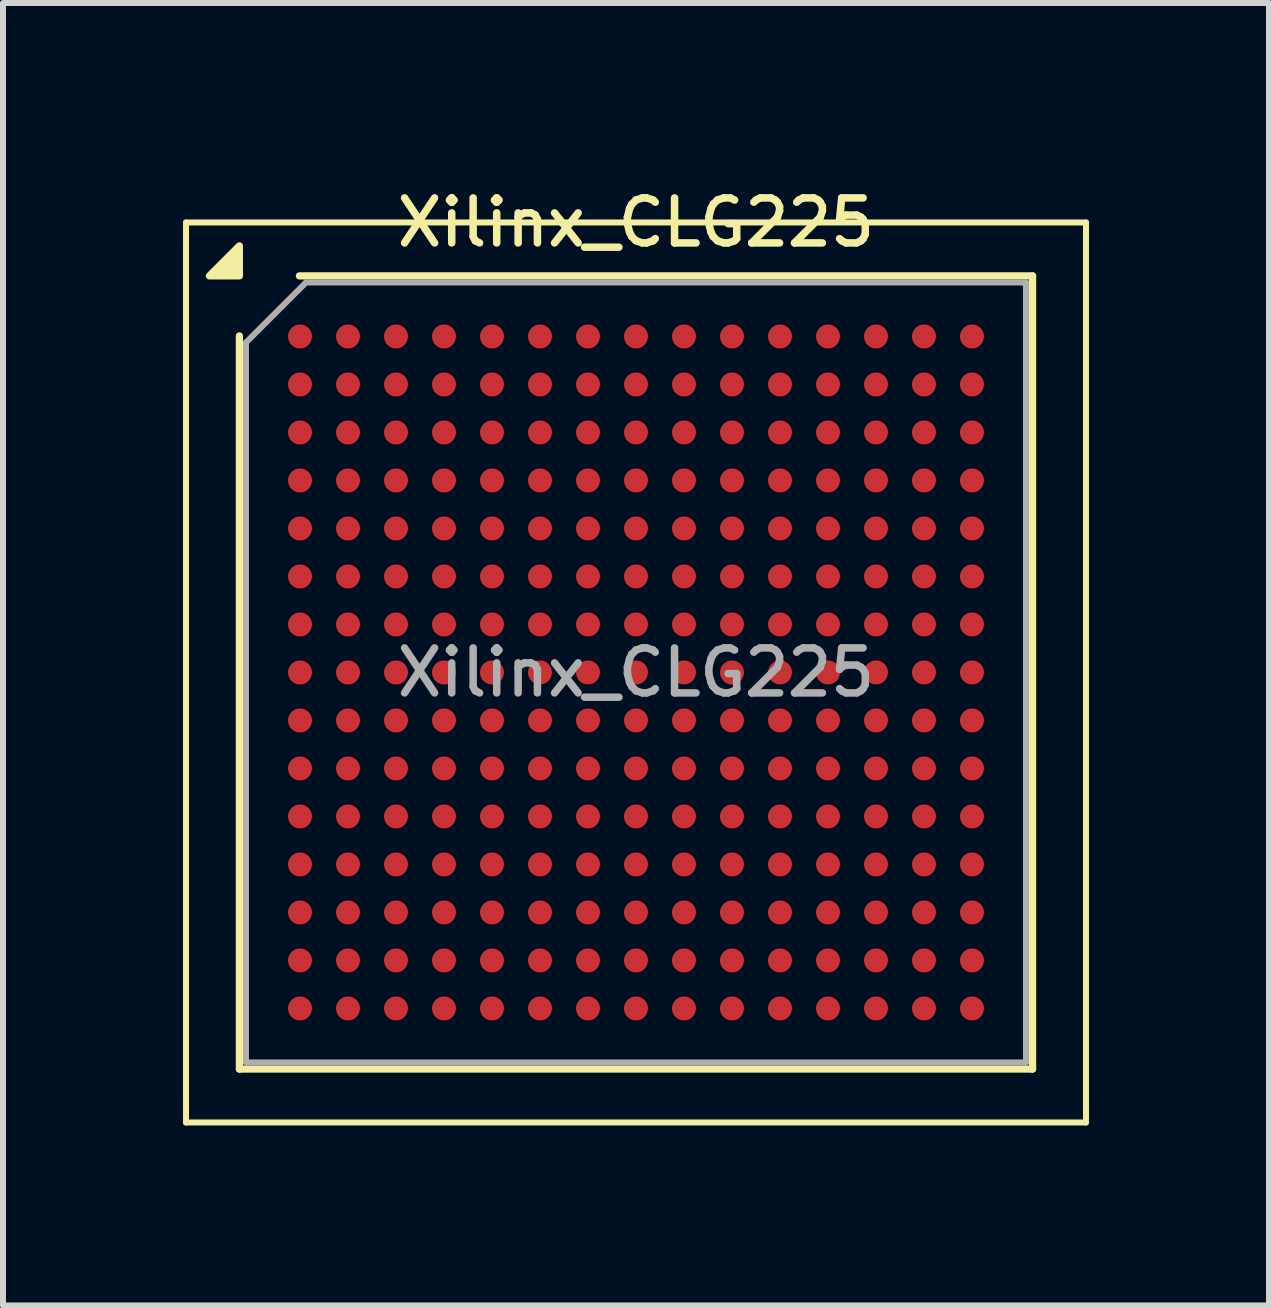
<source format=kicad_pcb>
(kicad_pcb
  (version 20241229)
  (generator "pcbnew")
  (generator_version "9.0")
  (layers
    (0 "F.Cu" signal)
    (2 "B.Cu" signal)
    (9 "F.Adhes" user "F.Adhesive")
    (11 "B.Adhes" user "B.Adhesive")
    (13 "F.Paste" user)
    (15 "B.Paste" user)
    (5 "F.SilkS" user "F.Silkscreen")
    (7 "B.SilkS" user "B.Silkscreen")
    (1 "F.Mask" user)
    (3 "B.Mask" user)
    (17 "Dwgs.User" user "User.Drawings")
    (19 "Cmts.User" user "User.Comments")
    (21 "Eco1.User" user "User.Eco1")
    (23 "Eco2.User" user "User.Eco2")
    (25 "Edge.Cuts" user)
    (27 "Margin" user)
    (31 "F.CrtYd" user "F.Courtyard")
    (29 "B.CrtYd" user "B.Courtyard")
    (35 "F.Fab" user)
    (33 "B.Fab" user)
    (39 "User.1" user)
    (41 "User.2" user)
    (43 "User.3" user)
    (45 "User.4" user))
  (footprint "Xilinx_CLG225"
    (layer "F.Cu")
    (at 7.55 8.158)
    (property "Reference" "Xilinx_CLG225" (at 0 -7.5 0) (layer "F.SilkS") (effects (font (size 0.75 0.75) (thickness 0.125))))
    (attr smd)
    (fp_line (start -7.5 -7.5) (end -7.5 7.5) (stroke (width 0.1) (type solid)) (layer "F.SilkS"))
    (fp_line (start -7.5 7.5) (end 7.5 7.5) (stroke (width 0.1) (type solid)) (layer "F.SilkS"))
    (fp_line (start -6.61 6.61) (end -6.61 -5.61) (stroke (width 0.12) (type solid)) (layer "F.SilkS"))
    (fp_line (start -5.61 -6.61) (end 6.61 -6.61) (stroke (width 0.12) (type solid)) (layer "F.SilkS"))
    (fp_line (start 6.61 -6.61) (end 6.61 6.61) (stroke (width 0.12) (type solid)) (layer "F.SilkS"))
    (fp_line (start 6.61 6.61) (end -6.61 6.61) (stroke (width 0.12) (type solid)) (layer "F.SilkS"))
    (fp_line (start 7.5 -7.5) (end -7.5 -7.5) (stroke (width 0.1) (type solid)) (layer "F.SilkS"))
    (fp_line (start 7.5 7.5) (end 7.5 -7.5) (stroke (width 0.1) (type solid)) (layer "F.SilkS"))
    (fp_poly (pts (xy -6.61 -6.61) (xy -7.11 -6.61) (xy -6.61 -7.11) (xy -6.61 -6.61)) (stroke (width 0.12) (type solid)) (fill yes) (layer "F.SilkS"))
    (fp_line (start -6.5 -5.5) (end -5.5 -6.5) (stroke (width 0.1) (type solid)) (layer "F.Fab"))
    (fp_line (start -6.5 6.5) (end -6.5 -5.5) (stroke (width 0.1) (type solid)) (layer "F.Fab"))
    (fp_line (start -5.5 -6.5) (end 6.5 -6.5) (stroke (width 0.1) (type solid)) (layer "F.Fab"))
    (fp_line (start 6.5 -6.5) (end 6.5 6.5) (stroke (width 0.1) (type solid)) (layer "F.Fab"))
    (fp_line (start 6.5 6.5) (end -6.5 6.5) (stroke (width 0.1) (type solid)) (layer "F.Fab"))
    (fp_text user "${REFERENCE}" (at 0 0 0) (layer "F.Fab") (effects (font (size 0.75 0.75) (thickness 0.125))))
    (pad "A1" smd circle (at -5.6 -5.6) (size 0.4 0.4) (property pad_prop_bga) (layers "F.Cu" "F.Mask" "F.Paste"))
    (pad "A2" smd circle (at -4.8 -5.6) (size 0.4 0.4) (property pad_prop_bga) (layers "F.Cu" "F.Mask" "F.Paste"))
    (pad "A3" smd circle (at -4 -5.6) (size 0.4 0.4) (property pad_prop_bga) (layers "F.Cu" "F.Mask" "F.Paste"))
    (pad "A4" smd circle (at -3.2 -5.6) (size 0.4 0.4) (property pad_prop_bga) (layers "F.Cu" "F.Mask" "F.Paste"))
    (pad "A5" smd circle (at -2.4 -5.6) (size 0.4 0.4) (property pad_prop_bga) (layers "F.Cu" "F.Mask" "F.Paste"))
    (pad "A6" smd circle (at -1.6 -5.6) (size 0.4 0.4) (property pad_prop_bga) (layers "F.Cu" "F.Mask" "F.Paste"))
    (pad "A7" smd circle (at -0.8 -5.6) (size 0.4 0.4) (property pad_prop_bga) (layers "F.Cu" "F.Mask" "F.Paste"))
    (pad "A8" smd circle (at 0 -5.6) (size 0.4 0.4) (property pad_prop_bga) (layers "F.Cu" "F.Mask" "F.Paste"))
    (pad "A9" smd circle (at 0.8 -5.6) (size 0.4 0.4) (property pad_prop_bga) (layers "F.Cu" "F.Mask" "F.Paste"))
    (pad "A10" smd circle (at 1.6 -5.6) (size 0.4 0.4) (property pad_prop_bga) (layers "F.Cu" "F.Mask" "F.Paste"))
    (pad "A11" smd circle (at 2.4 -5.6) (size 0.4 0.4) (property pad_prop_bga) (layers "F.Cu" "F.Mask" "F.Paste"))
    (pad "A12" smd circle (at 3.2 -5.6) (size 0.4 0.4) (property pad_prop_bga) (layers "F.Cu" "F.Mask" "F.Paste"))
    (pad "A13" smd circle (at 4 -5.6) (size 0.4 0.4) (property pad_prop_bga) (layers "F.Cu" "F.Mask" "F.Paste"))
    (pad "A14" smd circle (at 4.8 -5.6) (size 0.4 0.4) (property pad_prop_bga) (layers "F.Cu" "F.Mask" "F.Paste"))
    (pad "A15" smd circle (at 5.6 -5.6) (size 0.4 0.4) (property pad_prop_bga) (layers "F.Cu" "F.Mask" "F.Paste"))
    (pad "B1" smd circle (at -5.6 -4.8) (size 0.4 0.4) (property pad_prop_bga) (layers "F.Cu" "F.Mask" "F.Paste"))
    (pad "B2" smd circle (at -4.8 -4.8) (size 0.4 0.4) (property pad_prop_bga) (layers "F.Cu" "F.Mask" "F.Paste"))
    (pad "B3" smd circle (at -4 -4.8) (size 0.4 0.4) (property pad_prop_bga) (layers "F.Cu" "F.Mask" "F.Paste"))
    (pad "B4" smd circle (at -3.2 -4.8) (size 0.4 0.4) (property pad_prop_bga) (layers "F.Cu" "F.Mask" "F.Paste"))
    (pad "B5" smd circle (at -2.4 -4.8) (size 0.4 0.4) (property pad_prop_bga) (layers "F.Cu" "F.Mask" "F.Paste"))
    (pad "B6" smd circle (at -1.6 -4.8) (size 0.4 0.4) (property pad_prop_bga) (layers "F.Cu" "F.Mask" "F.Paste"))
    (pad "B7" smd circle (at -0.8 -4.8) (size 0.4 0.4) (property pad_prop_bga) (layers "F.Cu" "F.Mask" "F.Paste"))
    (pad "B8" smd circle (at 0 -4.8) (size 0.4 0.4) (property pad_prop_bga) (layers "F.Cu" "F.Mask" "F.Paste"))
    (pad "B9" smd circle (at 0.8 -4.8) (size 0.4 0.4) (property pad_prop_bga) (layers "F.Cu" "F.Mask" "F.Paste"))
    (pad "B10" smd circle (at 1.6 -4.8) (size 0.4 0.4) (property pad_prop_bga) (layers "F.Cu" "F.Mask" "F.Paste"))
    (pad "B11" smd circle (at 2.4 -4.8) (size 0.4 0.4) (property pad_prop_bga) (layers "F.Cu" "F.Mask" "F.Paste"))
    (pad "B12" smd circle (at 3.2 -4.8) (size 0.4 0.4) (property pad_prop_bga) (layers "F.Cu" "F.Mask" "F.Paste"))
    (pad "B13" smd circle (at 4 -4.8) (size 0.4 0.4) (property pad_prop_bga) (layers "F.Cu" "F.Mask" "F.Paste"))
    (pad "B14" smd circle (at 4.8 -4.8) (size 0.4 0.4) (property pad_prop_bga) (layers "F.Cu" "F.Mask" "F.Paste"))
    (pad "B15" smd circle (at 5.6 -4.8) (size 0.4 0.4) (property pad_prop_bga) (layers "F.Cu" "F.Mask" "F.Paste"))
    (pad "C1" smd circle (at -5.6 -4) (size 0.4 0.4) (property pad_prop_bga) (layers "F.Cu" "F.Mask" "F.Paste"))
    (pad "C2" smd circle (at -4.8 -4) (size 0.4 0.4) (property pad_prop_bga) (layers "F.Cu" "F.Mask" "F.Paste"))
    (pad "C3" smd circle (at -4 -4) (size 0.4 0.4) (property pad_prop_bga) (layers "F.Cu" "F.Mask" "F.Paste"))
    (pad "C4" smd circle (at -3.2 -4) (size 0.4 0.4) (property pad_prop_bga) (layers "F.Cu" "F.Mask" "F.Paste"))
    (pad "C5" smd circle (at -2.4 -4) (size 0.4 0.4) (property pad_prop_bga) (layers "F.Cu" "F.Mask" "F.Paste"))
    (pad "C6" smd circle (at -1.6 -4) (size 0.4 0.4) (property pad_prop_bga) (layers "F.Cu" "F.Mask" "F.Paste"))
    (pad "C7" smd circle (at -0.8 -4) (size 0.4 0.4) (property pad_prop_bga) (layers "F.Cu" "F.Mask" "F.Paste"))
    (pad "C8" smd circle (at 0 -4) (size 0.4 0.4) (property pad_prop_bga) (layers "F.Cu" "F.Mask" "F.Paste"))
    (pad "C9" smd circle (at 0.8 -4) (size 0.4 0.4) (property pad_prop_bga) (layers "F.Cu" "F.Mask" "F.Paste"))
    (pad "C10" smd circle (at 1.6 -4) (size 0.4 0.4) (property pad_prop_bga) (layers "F.Cu" "F.Mask" "F.Paste"))
    (pad "C11" smd circle (at 2.4 -4) (size 0.4 0.4) (property pad_prop_bga) (layers "F.Cu" "F.Mask" "F.Paste"))
    (pad "C12" smd circle (at 3.2 -4) (size 0.4 0.4) (property pad_prop_bga) (layers "F.Cu" "F.Mask" "F.Paste"))
    (pad "C13" smd circle (at 4 -4) (size 0.4 0.4) (property pad_prop_bga) (layers "F.Cu" "F.Mask" "F.Paste"))
    (pad "C14" smd circle (at 4.8 -4) (size 0.4 0.4) (property pad_prop_bga) (layers "F.Cu" "F.Mask" "F.Paste"))
    (pad "C15" smd circle (at 5.6 -4) (size 0.4 0.4) (property pad_prop_bga) (layers "F.Cu" "F.Mask" "F.Paste"))
    (pad "D1" smd circle (at -5.6 -3.2) (size 0.4 0.4) (property pad_prop_bga) (layers "F.Cu" "F.Mask" "F.Paste"))
    (pad "D2" smd circle (at -4.8 -3.2) (size 0.4 0.4) (property pad_prop_bga) (layers "F.Cu" "F.Mask" "F.Paste"))
    (pad "D3" smd circle (at -4 -3.2) (size 0.4 0.4) (property pad_prop_bga) (layers "F.Cu" "F.Mask" "F.Paste"))
    (pad "D4" smd circle (at -3.2 -3.2) (size 0.4 0.4) (property pad_prop_bga) (layers "F.Cu" "F.Mask" "F.Paste"))
    (pad "D5" smd circle (at -2.4 -3.2) (size 0.4 0.4) (property pad_prop_bga) (layers "F.Cu" "F.Mask" "F.Paste"))
    (pad "D6" smd circle (at -1.6 -3.2) (size 0.4 0.4) (property pad_prop_bga) (layers "F.Cu" "F.Mask" "F.Paste"))
    (pad "D7" smd circle (at -0.8 -3.2) (size 0.4 0.4) (property pad_prop_bga) (layers "F.Cu" "F.Mask" "F.Paste"))
    (pad "D8" smd circle (at 0 -3.2) (size 0.4 0.4) (property pad_prop_bga) (layers "F.Cu" "F.Mask" "F.Paste"))
    (pad "D9" smd circle (at 0.8 -3.2) (size 0.4 0.4) (property pad_prop_bga) (layers "F.Cu" "F.Mask" "F.Paste"))
    (pad "D10" smd circle (at 1.6 -3.2) (size 0.4 0.4) (property pad_prop_bga) (layers "F.Cu" "F.Mask" "F.Paste"))
    (pad "D11" smd circle (at 2.4 -3.2) (size 0.4 0.4) (property pad_prop_bga) (layers "F.Cu" "F.Mask" "F.Paste"))
    (pad "D12" smd circle (at 3.2 -3.2) (size 0.4 0.4) (property pad_prop_bga) (layers "F.Cu" "F.Mask" "F.Paste"))
    (pad "D13" smd circle (at 4 -3.2) (size 0.4 0.4) (property pad_prop_bga) (layers "F.Cu" "F.Mask" "F.Paste"))
    (pad "D14" smd circle (at 4.8 -3.2) (size 0.4 0.4) (property pad_prop_bga) (layers "F.Cu" "F.Mask" "F.Paste"))
    (pad "D15" smd circle (at 5.6 -3.2) (size 0.4 0.4) (property pad_prop_bga) (layers "F.Cu" "F.Mask" "F.Paste"))
    (pad "E1" smd circle (at -5.6 -2.4) (size 0.4 0.4) (property pad_prop_bga) (layers "F.Cu" "F.Mask" "F.Paste"))
    (pad "E2" smd circle (at -4.8 -2.4) (size 0.4 0.4) (property pad_prop_bga) (layers "F.Cu" "F.Mask" "F.Paste"))
    (pad "E3" smd circle (at -4 -2.4) (size 0.4 0.4) (property pad_prop_bga) (layers "F.Cu" "F.Mask" "F.Paste"))
    (pad "E4" smd circle (at -3.2 -2.4) (size 0.4 0.4) (property pad_prop_bga) (layers "F.Cu" "F.Mask" "F.Paste"))
    (pad "E5" smd circle (at -2.4 -2.4) (size 0.4 0.4) (property pad_prop_bga) (layers "F.Cu" "F.Mask" "F.Paste"))
    (pad "E6" smd circle (at -1.6 -2.4) (size 0.4 0.4) (property pad_prop_bga) (layers "F.Cu" "F.Mask" "F.Paste"))
    (pad "E7" smd circle (at -0.8 -2.4) (size 0.4 0.4) (property pad_prop_bga) (layers "F.Cu" "F.Mask" "F.Paste"))
    (pad "E8" smd circle (at 0 -2.4) (size 0.4 0.4) (property pad_prop_bga) (layers "F.Cu" "F.Mask" "F.Paste"))
    (pad "E9" smd circle (at 0.8 -2.4) (size 0.4 0.4) (property pad_prop_bga) (layers "F.Cu" "F.Mask" "F.Paste"))
    (pad "E10" smd circle (at 1.6 -2.4) (size 0.4 0.4) (property pad_prop_bga) (layers "F.Cu" "F.Mask" "F.Paste"))
    (pad "E11" smd circle (at 2.4 -2.4) (size 0.4 0.4) (property pad_prop_bga) (layers "F.Cu" "F.Mask" "F.Paste"))
    (pad "E12" smd circle (at 3.2 -2.4) (size 0.4 0.4) (property pad_prop_bga) (layers "F.Cu" "F.Mask" "F.Paste"))
    (pad "E13" smd circle (at 4 -2.4) (size 0.4 0.4) (property pad_prop_bga) (layers "F.Cu" "F.Mask" "F.Paste"))
    (pad "E14" smd circle (at 4.8 -2.4) (size 0.4 0.4) (property pad_prop_bga) (layers "F.Cu" "F.Mask" "F.Paste"))
    (pad "E15" smd circle (at 5.6 -2.4) (size 0.4 0.4) (property pad_prop_bga) (layers "F.Cu" "F.Mask" "F.Paste"))
    (pad "F1" smd circle (at -5.6 -1.6) (size 0.4 0.4) (property pad_prop_bga) (layers "F.Cu" "F.Mask" "F.Paste"))
    (pad "F2" smd circle (at -4.8 -1.6) (size 0.4 0.4) (property pad_prop_bga) (layers "F.Cu" "F.Mask" "F.Paste"))
    (pad "F3" smd circle (at -4 -1.6) (size 0.4 0.4) (property pad_prop_bga) (layers "F.Cu" "F.Mask" "F.Paste"))
    (pad "F4" smd circle (at -3.2 -1.6) (size 0.4 0.4) (property pad_prop_bga) (layers "F.Cu" "F.Mask" "F.Paste"))
    (pad "F5" smd circle (at -2.4 -1.6) (size 0.4 0.4) (property pad_prop_bga) (layers "F.Cu" "F.Mask" "F.Paste"))
    (pad "F6" smd circle (at -1.6 -1.6) (size 0.4 0.4) (property pad_prop_bga) (layers "F.Cu" "F.Mask" "F.Paste"))
    (pad "F7" smd circle (at -0.8 -1.6) (size 0.4 0.4) (property pad_prop_bga) (layers "F.Cu" "F.Mask" "F.Paste"))
    (pad "F8" smd circle (at 0 -1.6) (size 0.4 0.4) (property pad_prop_bga) (layers "F.Cu" "F.Mask" "F.Paste"))
    (pad "F9" smd circle (at 0.8 -1.6) (size 0.4 0.4) (property pad_prop_bga) (layers "F.Cu" "F.Mask" "F.Paste"))
    (pad "F10" smd circle (at 1.6 -1.6) (size 0.4 0.4) (property pad_prop_bga) (layers "F.Cu" "F.Mask" "F.Paste"))
    (pad "F11" smd circle (at 2.4 -1.6) (size 0.4 0.4) (property pad_prop_bga) (layers "F.Cu" "F.Mask" "F.Paste"))
    (pad "F12" smd circle (at 3.2 -1.6) (size 0.4 0.4) (property pad_prop_bga) (layers "F.Cu" "F.Mask" "F.Paste"))
    (pad "F13" smd circle (at 4 -1.6) (size 0.4 0.4) (property pad_prop_bga) (layers "F.Cu" "F.Mask" "F.Paste"))
    (pad "F14" smd circle (at 4.8 -1.6) (size 0.4 0.4) (property pad_prop_bga) (layers "F.Cu" "F.Mask" "F.Paste"))
    (pad "F15" smd circle (at 5.6 -1.6) (size 0.4 0.4) (property pad_prop_bga) (layers "F.Cu" "F.Mask" "F.Paste"))
    (pad "G1" smd circle (at -5.6 -0.8) (size 0.4 0.4) (property pad_prop_bga) (layers "F.Cu" "F.Mask" "F.Paste"))
    (pad "G2" smd circle (at -4.8 -0.8) (size 0.4 0.4) (property pad_prop_bga) (layers "F.Cu" "F.Mask" "F.Paste"))
    (pad "G3" smd circle (at -4 -0.8) (size 0.4 0.4) (property pad_prop_bga) (layers "F.Cu" "F.Mask" "F.Paste"))
    (pad "G4" smd circle (at -3.2 -0.8) (size 0.4 0.4) (property pad_prop_bga) (layers "F.Cu" "F.Mask" "F.Paste"))
    (pad "G5" smd circle (at -2.4 -0.8) (size 0.4 0.4) (property pad_prop_bga) (layers "F.Cu" "F.Mask" "F.Paste"))
    (pad "G6" smd circle (at -1.6 -0.8) (size 0.4 0.4) (property pad_prop_bga) (layers "F.Cu" "F.Mask" "F.Paste"))
    (pad "G7" smd circle (at -0.8 -0.8) (size 0.4 0.4) (property pad_prop_bga) (layers "F.Cu" "F.Mask" "F.Paste"))
    (pad "G8" smd circle (at 0 -0.8) (size 0.4 0.4) (property pad_prop_bga) (layers "F.Cu" "F.Mask" "F.Paste"))
    (pad "G9" smd circle (at 0.8 -0.8) (size 0.4 0.4) (property pad_prop_bga) (layers "F.Cu" "F.Mask" "F.Paste"))
    (pad "G10" smd circle (at 1.6 -0.8) (size 0.4 0.4) (property pad_prop_bga) (layers "F.Cu" "F.Mask" "F.Paste"))
    (pad "G11" smd circle (at 2.4 -0.8) (size 0.4 0.4) (property pad_prop_bga) (layers "F.Cu" "F.Mask" "F.Paste"))
    (pad "G12" smd circle (at 3.2 -0.8) (size 0.4 0.4) (property pad_prop_bga) (layers "F.Cu" "F.Mask" "F.Paste"))
    (pad "G13" smd circle (at 4 -0.8) (size 0.4 0.4) (property pad_prop_bga) (layers "F.Cu" "F.Mask" "F.Paste"))
    (pad "G14" smd circle (at 4.8 -0.8) (size 0.4 0.4) (property pad_prop_bga) (layers "F.Cu" "F.Mask" "F.Paste"))
    (pad "G15" smd circle (at 5.6 -0.8) (size 0.4 0.4) (property pad_prop_bga) (layers "F.Cu" "F.Mask" "F.Paste"))
    (pad "H1" smd circle (at -5.6 0) (size 0.4 0.4) (property pad_prop_bga) (layers "F.Cu" "F.Mask" "F.Paste"))
    (pad "H2" smd circle (at -4.8 0) (size 0.4 0.4) (property pad_prop_bga) (layers "F.Cu" "F.Mask" "F.Paste"))
    (pad "H3" smd circle (at -4 0) (size 0.4 0.4) (property pad_prop_bga) (layers "F.Cu" "F.Mask" "F.Paste"))
    (pad "H4" smd circle (at -3.2 0) (size 0.4 0.4) (property pad_prop_bga) (layers "F.Cu" "F.Mask" "F.Paste"))
    (pad "H5" smd circle (at -2.4 0) (size 0.4 0.4) (property pad_prop_bga) (layers "F.Cu" "F.Mask" "F.Paste"))
    (pad "H6" smd circle (at -1.6 0) (size 0.4 0.4) (property pad_prop_bga) (layers "F.Cu" "F.Mask" "F.Paste"))
    (pad "H7" smd circle (at -0.8 0) (size 0.4 0.4) (property pad_prop_bga) (layers "F.Cu" "F.Mask" "F.Paste"))
    (pad "H8" smd circle (at 0 0) (size 0.4 0.4) (property pad_prop_bga) (layers "F.Cu" "F.Mask" "F.Paste"))
    (pad "H9" smd circle (at 0.8 0) (size 0.4 0.4) (property pad_prop_bga) (layers "F.Cu" "F.Mask" "F.Paste"))
    (pad "H10" smd circle (at 1.6 0) (size 0.4 0.4) (property pad_prop_bga) (layers "F.Cu" "F.Mask" "F.Paste"))
    (pad "H11" smd circle (at 2.4 0) (size 0.4 0.4) (property pad_prop_bga) (layers "F.Cu" "F.Mask" "F.Paste"))
    (pad "H12" smd circle (at 3.2 0) (size 0.4 0.4) (property pad_prop_bga) (layers "F.Cu" "F.Mask" "F.Paste"))
    (pad "H13" smd circle (at 4 0) (size 0.4 0.4) (property pad_prop_bga) (layers "F.Cu" "F.Mask" "F.Paste"))
    (pad "H14" smd circle (at 4.8 0) (size 0.4 0.4) (property pad_prop_bga) (layers "F.Cu" "F.Mask" "F.Paste"))
    (pad "H15" smd circle (at 5.6 0) (size 0.4 0.4) (property pad_prop_bga) (layers "F.Cu" "F.Mask" "F.Paste"))
    (pad "J1" smd circle (at -5.6 0.8) (size 0.4 0.4) (property pad_prop_bga) (layers "F.Cu" "F.Mask" "F.Paste"))
    (pad "J2" smd circle (at -4.8 0.8) (size 0.4 0.4) (property pad_prop_bga) (layers "F.Cu" "F.Mask" "F.Paste"))
    (pad "J3" smd circle (at -4 0.8) (size 0.4 0.4) (property pad_prop_bga) (layers "F.Cu" "F.Mask" "F.Paste"))
    (pad "J4" smd circle (at -3.2 0.8) (size 0.4 0.4) (property pad_prop_bga) (layers "F.Cu" "F.Mask" "F.Paste"))
    (pad "J5" smd circle (at -2.4 0.8) (size 0.4 0.4) (property pad_prop_bga) (layers "F.Cu" "F.Mask" "F.Paste"))
    (pad "J6" smd circle (at -1.6 0.8) (size 0.4 0.4) (property pad_prop_bga) (layers "F.Cu" "F.Mask" "F.Paste"))
    (pad "J7" smd circle (at -0.8 0.8) (size 0.4 0.4) (property pad_prop_bga) (layers "F.Cu" "F.Mask" "F.Paste"))
    (pad "J8" smd circle (at 0 0.8) (size 0.4 0.4) (property pad_prop_bga) (layers "F.Cu" "F.Mask" "F.Paste"))
    (pad "J9" smd circle (at 0.8 0.8) (size 0.4 0.4) (property pad_prop_bga) (layers "F.Cu" "F.Mask" "F.Paste"))
    (pad "J10" smd circle (at 1.6 0.8) (size 0.4 0.4) (property pad_prop_bga) (layers "F.Cu" "F.Mask" "F.Paste"))
    (pad "J11" smd circle (at 2.4 0.8) (size 0.4 0.4) (property pad_prop_bga) (layers "F.Cu" "F.Mask" "F.Paste"))
    (pad "J12" smd circle (at 3.2 0.8) (size 0.4 0.4) (property pad_prop_bga) (layers "F.Cu" "F.Mask" "F.Paste"))
    (pad "J13" smd circle (at 4 0.8) (size 0.4 0.4) (property pad_prop_bga) (layers "F.Cu" "F.Mask" "F.Paste"))
    (pad "J14" smd circle (at 4.8 0.8) (size 0.4 0.4) (property pad_prop_bga) (layers "F.Cu" "F.Mask" "F.Paste"))
    (pad "J15" smd circle (at 5.6 0.8) (size 0.4 0.4) (property pad_prop_bga) (layers "F.Cu" "F.Mask" "F.Paste"))
    (pad "K1" smd circle (at -5.6 1.6) (size 0.4 0.4) (property pad_prop_bga) (layers "F.Cu" "F.Mask" "F.Paste"))
    (pad "K2" smd circle (at -4.8 1.6) (size 0.4 0.4) (property pad_prop_bga) (layers "F.Cu" "F.Mask" "F.Paste"))
    (pad "K3" smd circle (at -4 1.6) (size 0.4 0.4) (property pad_prop_bga) (layers "F.Cu" "F.Mask" "F.Paste"))
    (pad "K4" smd circle (at -3.2 1.6) (size 0.4 0.4) (property pad_prop_bga) (layers "F.Cu" "F.Mask" "F.Paste"))
    (pad "K5" smd circle (at -2.4 1.6) (size 0.4 0.4) (property pad_prop_bga) (layers "F.Cu" "F.Mask" "F.Paste"))
    (pad "K6" smd circle (at -1.6 1.6) (size 0.4 0.4) (property pad_prop_bga) (layers "F.Cu" "F.Mask" "F.Paste"))
    (pad "K7" smd circle (at -0.8 1.6) (size 0.4 0.4) (property pad_prop_bga) (layers "F.Cu" "F.Mask" "F.Paste"))
    (pad "K8" smd circle (at 0 1.6) (size 0.4 0.4) (property pad_prop_bga) (layers "F.Cu" "F.Mask" "F.Paste"))
    (pad "K9" smd circle (at 0.8 1.6) (size 0.4 0.4) (property pad_prop_bga) (layers "F.Cu" "F.Mask" "F.Paste"))
    (pad "K10" smd circle (at 1.6 1.6) (size 0.4 0.4) (property pad_prop_bga) (layers "F.Cu" "F.Mask" "F.Paste"))
    (pad "K11" smd circle (at 2.4 1.6) (size 0.4 0.4) (property pad_prop_bga) (layers "F.Cu" "F.Mask" "F.Paste"))
    (pad "K12" smd circle (at 3.2 1.6) (size 0.4 0.4) (property pad_prop_bga) (layers "F.Cu" "F.Mask" "F.Paste"))
    (pad "K13" smd circle (at 4 1.6) (size 0.4 0.4) (property pad_prop_bga) (layers "F.Cu" "F.Mask" "F.Paste"))
    (pad "K14" smd circle (at 4.8 1.6) (size 0.4 0.4) (property pad_prop_bga) (layers "F.Cu" "F.Mask" "F.Paste"))
    (pad "K15" smd circle (at 5.6 1.6) (size 0.4 0.4) (property pad_prop_bga) (layers "F.Cu" "F.Mask" "F.Paste"))
    (pad "L1" smd circle (at -5.6 2.4) (size 0.4 0.4) (property pad_prop_bga) (layers "F.Cu" "F.Mask" "F.Paste"))
    (pad "L2" smd circle (at -4.8 2.4) (size 0.4 0.4) (property pad_prop_bga) (layers "F.Cu" "F.Mask" "F.Paste"))
    (pad "L3" smd circle (at -4 2.4) (size 0.4 0.4) (property pad_prop_bga) (layers "F.Cu" "F.Mask" "F.Paste"))
    (pad "L4" smd circle (at -3.2 2.4) (size 0.4 0.4) (property pad_prop_bga) (layers "F.Cu" "F.Mask" "F.Paste"))
    (pad "L5" smd circle (at -2.4 2.4) (size 0.4 0.4) (property pad_prop_bga) (layers "F.Cu" "F.Mask" "F.Paste"))
    (pad "L6" smd circle (at -1.6 2.4) (size 0.4 0.4) (property pad_prop_bga) (layers "F.Cu" "F.Mask" "F.Paste"))
    (pad "L7" smd circle (at -0.8 2.4) (size 0.4 0.4) (property pad_prop_bga) (layers "F.Cu" "F.Mask" "F.Paste"))
    (pad "L8" smd circle (at 0 2.4) (size 0.4 0.4) (property pad_prop_bga) (layers "F.Cu" "F.Mask" "F.Paste"))
    (pad "L9" smd circle (at 0.8 2.4) (size 0.4 0.4) (property pad_prop_bga) (layers "F.Cu" "F.Mask" "F.Paste"))
    (pad "L10" smd circle (at 1.6 2.4) (size 0.4 0.4) (property pad_prop_bga) (layers "F.Cu" "F.Mask" "F.Paste"))
    (pad "L11" smd circle (at 2.4 2.4) (size 0.4 0.4) (property pad_prop_bga) (layers "F.Cu" "F.Mask" "F.Paste"))
    (pad "L12" smd circle (at 3.2 2.4) (size 0.4 0.4) (property pad_prop_bga) (layers "F.Cu" "F.Mask" "F.Paste"))
    (pad "L13" smd circle (at 4 2.4) (size 0.4 0.4) (property pad_prop_bga) (layers "F.Cu" "F.Mask" "F.Paste"))
    (pad "L14" smd circle (at 4.8 2.4) (size 0.4 0.4) (property pad_prop_bga) (layers "F.Cu" "F.Mask" "F.Paste"))
    (pad "L15" smd circle (at 5.6 2.4) (size 0.4 0.4) (property pad_prop_bga) (layers "F.Cu" "F.Mask" "F.Paste"))
    (pad "M1" smd circle (at -5.6 3.2) (size 0.4 0.4) (property pad_prop_bga) (layers "F.Cu" "F.Mask" "F.Paste"))
    (pad "M2" smd circle (at -4.8 3.2) (size 0.4 0.4) (property pad_prop_bga) (layers "F.Cu" "F.Mask" "F.Paste"))
    (pad "M3" smd circle (at -4 3.2) (size 0.4 0.4) (property pad_prop_bga) (layers "F.Cu" "F.Mask" "F.Paste"))
    (pad "M4" smd circle (at -3.2 3.2) (size 0.4 0.4) (property pad_prop_bga) (layers "F.Cu" "F.Mask" "F.Paste"))
    (pad "M5" smd circle (at -2.4 3.2) (size 0.4 0.4) (property pad_prop_bga) (layers "F.Cu" "F.Mask" "F.Paste"))
    (pad "M6" smd circle (at -1.6 3.2) (size 0.4 0.4) (property pad_prop_bga) (layers "F.Cu" "F.Mask" "F.Paste"))
    (pad "M7" smd circle (at -0.8 3.2) (size 0.4 0.4) (property pad_prop_bga) (layers "F.Cu" "F.Mask" "F.Paste"))
    (pad "M8" smd circle (at 0 3.2) (size 0.4 0.4) (property pad_prop_bga) (layers "F.Cu" "F.Mask" "F.Paste"))
    (pad "M9" smd circle (at 0.8 3.2) (size 0.4 0.4) (property pad_prop_bga) (layers "F.Cu" "F.Mask" "F.Paste"))
    (pad "M10" smd circle (at 1.6 3.2) (size 0.4 0.4) (property pad_prop_bga) (layers "F.Cu" "F.Mask" "F.Paste"))
    (pad "M11" smd circle (at 2.4 3.2) (size 0.4 0.4) (property pad_prop_bga) (layers "F.Cu" "F.Mask" "F.Paste"))
    (pad "M12" smd circle (at 3.2 3.2) (size 0.4 0.4) (property pad_prop_bga) (layers "F.Cu" "F.Mask" "F.Paste"))
    (pad "M13" smd circle (at 4 3.2) (size 0.4 0.4) (property pad_prop_bga) (layers "F.Cu" "F.Mask" "F.Paste"))
    (pad "M14" smd circle (at 4.8 3.2) (size 0.4 0.4) (property pad_prop_bga) (layers "F.Cu" "F.Mask" "F.Paste"))
    (pad "M15" smd circle (at 5.6 3.2) (size 0.4 0.4) (property pad_prop_bga) (layers "F.Cu" "F.Mask" "F.Paste"))
    (pad "N1" smd circle (at -5.6 4) (size 0.4 0.4) (property pad_prop_bga) (layers "F.Cu" "F.Mask" "F.Paste"))
    (pad "N2" smd circle (at -4.8 4) (size 0.4 0.4) (property pad_prop_bga) (layers "F.Cu" "F.Mask" "F.Paste"))
    (pad "N3" smd circle (at -4 4) (size 0.4 0.4) (property pad_prop_bga) (layers "F.Cu" "F.Mask" "F.Paste"))
    (pad "N4" smd circle (at -3.2 4) (size 0.4 0.4) (property pad_prop_bga) (layers "F.Cu" "F.Mask" "F.Paste"))
    (pad "N5" smd circle (at -2.4 4) (size 0.4 0.4) (property pad_prop_bga) (layers "F.Cu" "F.Mask" "F.Paste"))
    (pad "N6" smd circle (at -1.6 4) (size 0.4 0.4) (property pad_prop_bga) (layers "F.Cu" "F.Mask" "F.Paste"))
    (pad "N7" smd circle (at -0.8 4) (size 0.4 0.4) (property pad_prop_bga) (layers "F.Cu" "F.Mask" "F.Paste"))
    (pad "N8" smd circle (at 0 4) (size 0.4 0.4) (property pad_prop_bga) (layers "F.Cu" "F.Mask" "F.Paste"))
    (pad "N9" smd circle (at 0.8 4) (size 0.4 0.4) (property pad_prop_bga) (layers "F.Cu" "F.Mask" "F.Paste"))
    (pad "N10" smd circle (at 1.6 4) (size 0.4 0.4) (property pad_prop_bga) (layers "F.Cu" "F.Mask" "F.Paste"))
    (pad "N11" smd circle (at 2.4 4) (size 0.4 0.4) (property pad_prop_bga) (layers "F.Cu" "F.Mask" "F.Paste"))
    (pad "N12" smd circle (at 3.2 4) (size 0.4 0.4) (property pad_prop_bga) (layers "F.Cu" "F.Mask" "F.Paste"))
    (pad "N13" smd circle (at 4 4) (size 0.4 0.4) (property pad_prop_bga) (layers "F.Cu" "F.Mask" "F.Paste"))
    (pad "N14" smd circle (at 4.8 4) (size 0.4 0.4) (property pad_prop_bga) (layers "F.Cu" "F.Mask" "F.Paste"))
    (pad "N15" smd circle (at 5.6 4) (size 0.4 0.4) (property pad_prop_bga) (layers "F.Cu" "F.Mask" "F.Paste"))
    (pad "P1" smd circle (at -5.6 4.8) (size 0.4 0.4) (property pad_prop_bga) (layers "F.Cu" "F.Mask" "F.Paste"))
    (pad "P2" smd circle (at -4.8 4.8) (size 0.4 0.4) (property pad_prop_bga) (layers "F.Cu" "F.Mask" "F.Paste"))
    (pad "P3" smd circle (at -4 4.8) (size 0.4 0.4) (property pad_prop_bga) (layers "F.Cu" "F.Mask" "F.Paste"))
    (pad "P4" smd circle (at -3.2 4.8) (size 0.4 0.4) (property pad_prop_bga) (layers "F.Cu" "F.Mask" "F.Paste"))
    (pad "P5" smd circle (at -2.4 4.8) (size 0.4 0.4) (property pad_prop_bga) (layers "F.Cu" "F.Mask" "F.Paste"))
    (pad "P6" smd circle (at -1.6 4.8) (size 0.4 0.4) (property pad_prop_bga) (layers "F.Cu" "F.Mask" "F.Paste"))
    (pad "P7" smd circle (at -0.8 4.8) (size 0.4 0.4) (property pad_prop_bga) (layers "F.Cu" "F.Mask" "F.Paste"))
    (pad "P8" smd circle (at 0 4.8) (size 0.4 0.4) (property pad_prop_bga) (layers "F.Cu" "F.Mask" "F.Paste"))
    (pad "P9" smd circle (at 0.8 4.8) (size 0.4 0.4) (property pad_prop_bga) (layers "F.Cu" "F.Mask" "F.Paste"))
    (pad "P10" smd circle (at 1.6 4.8) (size 0.4 0.4) (property pad_prop_bga) (layers "F.Cu" "F.Mask" "F.Paste"))
    (pad "P11" smd circle (at 2.4 4.8) (size 0.4 0.4) (property pad_prop_bga) (layers "F.Cu" "F.Mask" "F.Paste"))
    (pad "P12" smd circle (at 3.2 4.8) (size 0.4 0.4) (property pad_prop_bga) (layers "F.Cu" "F.Mask" "F.Paste"))
    (pad "P13" smd circle (at 4 4.8) (size 0.4 0.4) (property pad_prop_bga) (layers "F.Cu" "F.Mask" "F.Paste"))
    (pad "P14" smd circle (at 4.8 4.8) (size 0.4 0.4) (property pad_prop_bga) (layers "F.Cu" "F.Mask" "F.Paste"))
    (pad "P15" smd circle (at 5.6 4.8) (size 0.4 0.4) (property pad_prop_bga) (layers "F.Cu" "F.Mask" "F.Paste"))
    (pad "R1" smd circle (at -5.6 5.6) (size 0.4 0.4) (property pad_prop_bga) (layers "F.Cu" "F.Mask" "F.Paste"))
    (pad "R2" smd circle (at -4.8 5.6) (size 0.4 0.4) (property pad_prop_bga) (layers "F.Cu" "F.Mask" "F.Paste"))
    (pad "R3" smd circle (at -4 5.6) (size 0.4 0.4) (property pad_prop_bga) (layers "F.Cu" "F.Mask" "F.Paste"))
    (pad "R4" smd circle (at -3.2 5.6) (size 0.4 0.4) (property pad_prop_bga) (layers "F.Cu" "F.Mask" "F.Paste"))
    (pad "R5" smd circle (at -2.4 5.6) (size 0.4 0.4) (property pad_prop_bga) (layers "F.Cu" "F.Mask" "F.Paste"))
    (pad "R6" smd circle (at -1.6 5.6) (size 0.4 0.4) (property pad_prop_bga) (layers "F.Cu" "F.Mask" "F.Paste"))
    (pad "R7" smd circle (at -0.8 5.6) (size 0.4 0.4) (property pad_prop_bga) (layers "F.Cu" "F.Mask" "F.Paste"))
    (pad "R8" smd circle (at 0 5.6) (size 0.4 0.4) (property pad_prop_bga) (layers "F.Cu" "F.Mask" "F.Paste"))
    (pad "R9" smd circle (at 0.8 5.6) (size 0.4 0.4) (property pad_prop_bga) (layers "F.Cu" "F.Mask" "F.Paste"))
    (pad "R10" smd circle (at 1.6 5.6) (size 0.4 0.4) (property pad_prop_bga) (layers "F.Cu" "F.Mask" "F.Paste"))
    (pad "R11" smd circle (at 2.4 5.6) (size 0.4 0.4) (property pad_prop_bga) (layers "F.Cu" "F.Mask" "F.Paste"))
    (pad "R12" smd circle (at 3.2 5.6) (size 0.4 0.4) (property pad_prop_bga) (layers "F.Cu" "F.Mask" "F.Paste"))
    (pad "R13" smd circle (at 4 5.6) (size 0.4 0.4) (property pad_prop_bga) (layers "F.Cu" "F.Mask" "F.Paste"))
    (pad "R14" smd circle (at 4.8 5.6) (size 0.4 0.4) (property pad_prop_bga) (layers "F.Cu" "F.Mask" "F.Paste"))
    (pad "R15" smd circle (at 5.6 5.6) (size 0.4 0.4) (property pad_prop_bga) (layers "F.Cu" "F.Mask" "F.Paste")))
  (gr_rect
    (start -3 -3)
    (end 18.1 18.708)
    (stroke (width 0.1) (type default))
    (fill no)
    (layer "Edge.Cuts")))
</source>
